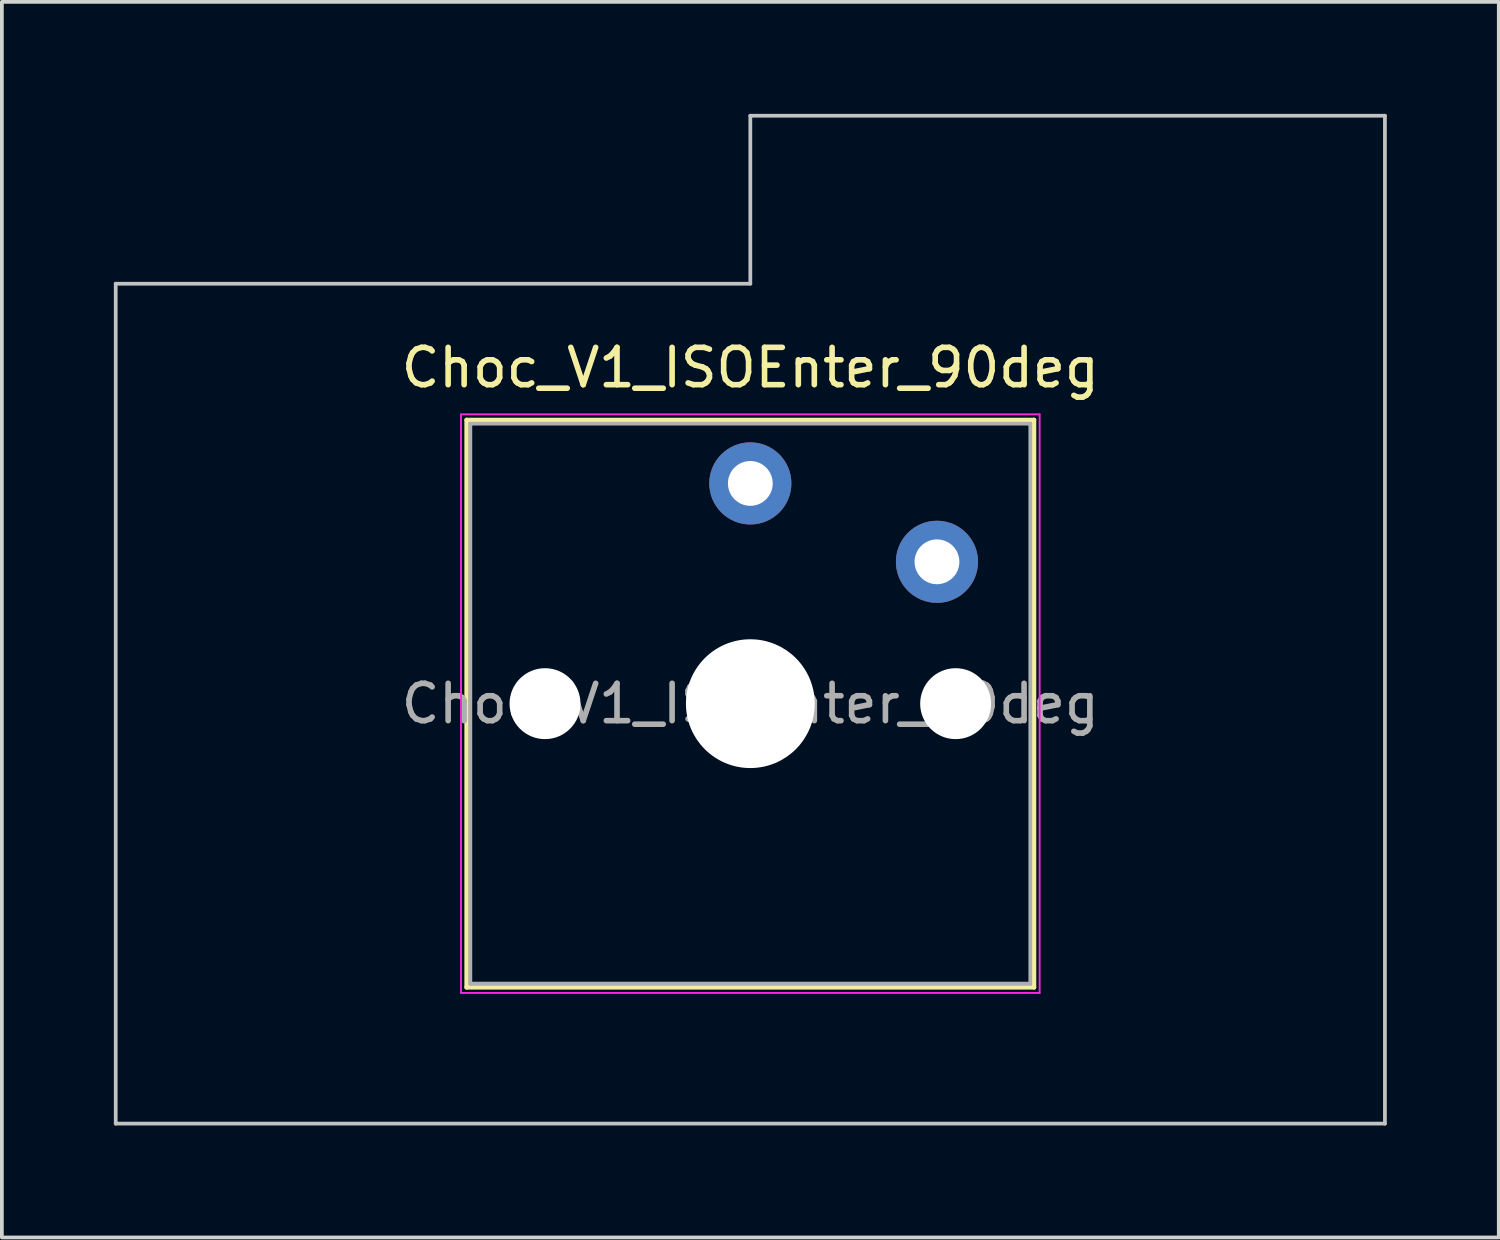
<source format=kicad_pcb>
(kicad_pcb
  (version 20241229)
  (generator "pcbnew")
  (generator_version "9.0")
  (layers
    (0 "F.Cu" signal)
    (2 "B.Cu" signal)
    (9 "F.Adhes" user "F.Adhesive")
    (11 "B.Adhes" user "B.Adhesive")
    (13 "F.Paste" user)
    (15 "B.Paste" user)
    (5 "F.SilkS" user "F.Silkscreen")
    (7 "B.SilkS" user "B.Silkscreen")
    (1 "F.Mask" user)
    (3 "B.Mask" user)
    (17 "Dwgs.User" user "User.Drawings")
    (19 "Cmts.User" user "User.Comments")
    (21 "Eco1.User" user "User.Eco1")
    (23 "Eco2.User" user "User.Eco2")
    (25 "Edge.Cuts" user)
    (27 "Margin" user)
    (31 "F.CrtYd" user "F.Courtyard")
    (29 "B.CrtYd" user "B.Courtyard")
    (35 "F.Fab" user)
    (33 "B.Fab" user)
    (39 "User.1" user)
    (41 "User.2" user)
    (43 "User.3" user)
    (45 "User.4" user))
  (footprint "Choc_V1_ISOEnter_90deg"
    (layer "F.Cu")
    (at 17.05 15.8)
    (property "Reference" "Choc_V1_ISOEnter_90deg" (at 0 -9 0) (layer "F.SilkS") (effects (font (size 1 1) (thickness 0.15))))
    (attr through_hole)
    (fp_line (start -7.6 -7.6) (end -7.6 7.6) (stroke (width 0.12) (type solid)) (layer "F.SilkS"))
    (fp_line (start -7.6 7.6) (end 7.6 7.6) (stroke (width 0.12) (type solid)) (layer "F.SilkS"))
    (fp_line (start 7.6 -7.6) (end -7.6 -7.6) (stroke (width 0.12) (type solid)) (layer "F.SilkS"))
    (fp_line (start 7.6 7.6) (end 7.6 -7.6) (stroke (width 0.12) (type solid)) (layer "F.SilkS"))
    (fp_line (start -17 -11.25) (end -17 11.25) (stroke (width 0.1) (type solid)) (layer "Dwgs.User"))
    (fp_line (start -17 11.25) (end 17 11.25) (stroke (width 0.1) (type solid)) (layer "Dwgs.User"))
    (fp_line (start 0 -15.75) (end 0 -11.25) (stroke (width 0.1) (type solid)) (layer "Dwgs.User"))
    (fp_line (start 0 -11.25) (end -17 -11.25) (stroke (width 0.1) (type solid)) (layer "Dwgs.User"))
    (fp_line (start 17 -15.75) (end 0 -15.75) (stroke (width 0.1) (type solid)) (layer "Dwgs.User"))
    (fp_line (start 17 11.25) (end 17 -15.75) (stroke (width 0.1) (type solid)) (layer "Dwgs.User"))
    (fp_line (start -7.25 -7.25) (end -7.25 7.25) (stroke (width 0.1) (type solid)) (layer "Eco1.User"))
    (fp_line (start -7.25 7.25) (end 7.25 7.25) (stroke (width 0.1) (type solid)) (layer "Eco1.User"))
    (fp_line (start 7.25 -7.25) (end -7.25 -7.25) (stroke (width 0.1) (type solid)) (layer "Eco1.User"))
    (fp_line (start 7.25 7.25) (end 7.25 -7.25) (stroke (width 0.1) (type solid)) (layer "Eco1.User"))
    (fp_line (start -7.75 -7.75) (end -7.75 7.75) (stroke (width 0.05) (type solid)) (layer "F.CrtYd"))
    (fp_line (start -7.75 7.75) (end 7.75 7.75) (stroke (width 0.05) (type solid)) (layer "F.CrtYd"))
    (fp_line (start 7.75 -7.75) (end -7.75 -7.75) (stroke (width 0.05) (type solid)) (layer "F.CrtYd"))
    (fp_line (start 7.75 7.75) (end 7.75 -7.75) (stroke (width 0.05) (type solid)) (layer "F.CrtYd"))
    (fp_line (start -7.5 -7.5) (end -7.5 7.5) (stroke (width 0.1) (type solid)) (layer "F.Fab"))
    (fp_line (start -7.5 7.5) (end 7.5 7.5) (stroke (width 0.1) (type solid)) (layer "F.Fab"))
    (fp_line (start 7.5 -7.5) (end -7.5 -7.5) (stroke (width 0.1) (type solid)) (layer "F.Fab"))
    (fp_line (start 7.5 7.5) (end 7.5 -7.5) (stroke (width 0.1) (type solid)) (layer "F.Fab"))
    (fp_text user "${REFERENCE}" (at 0 0 0) (layer "F.Fab") (effects (font (size 1 1) (thickness 0.15))))
    (pad "" np_thru_hole circle (at -5.5 0) (size 1.9 1.9) (drill 1.9) (layers "*.Cu" "*.Mask"))
    (pad "" np_thru_hole circle (at 0 0) (size 3.45 3.45) (drill 3.45) (layers "*.Cu" "*.Mask"))
    (pad "" np_thru_hole circle (at 5.5 0) (size 1.9 1.9) (drill 1.9) (layers "*.Cu" "*.Mask"))
    (pad "1" thru_hole circle (at 0 -5.9) (size 2.2 2.2) (drill 1.2) (layers "*.Cu" "*.Mask"))
    (pad "2" thru_hole circle (at 5 -3.8) (size 2.2 2.2) (drill 1.2) (layers "*.Cu" "*.Mask")))
  (gr_rect
    (start -3 -3)
    (end 37.1 30.1)
    (stroke (width 0.1) (type default))
    (fill no)
    (layer "Edge.Cuts")))
</source>
